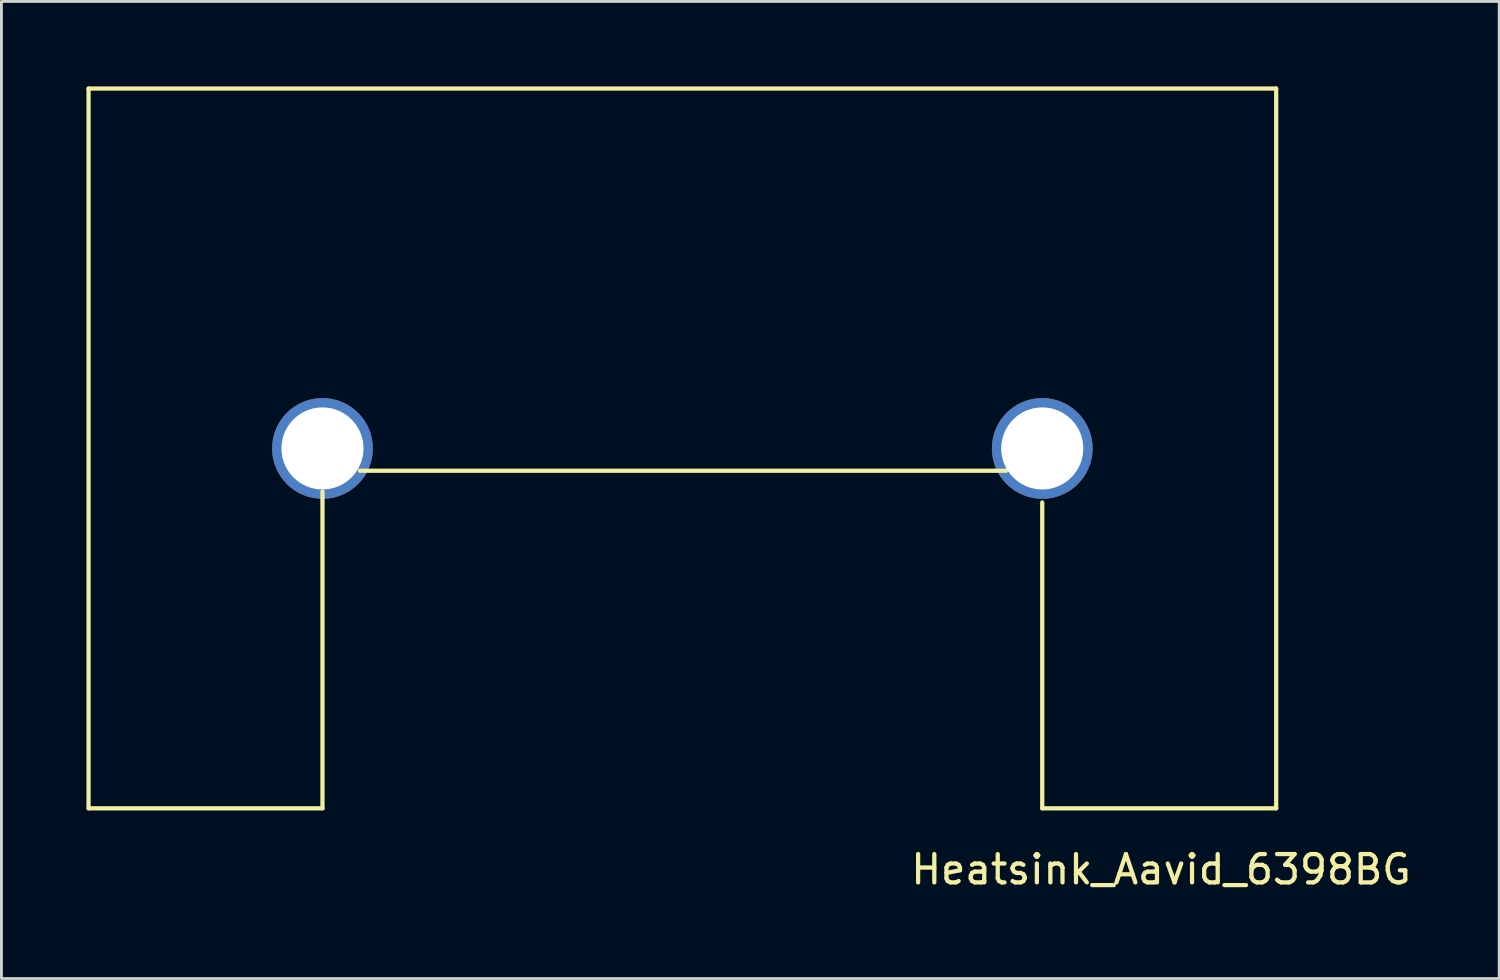
<source format=kicad_pcb>
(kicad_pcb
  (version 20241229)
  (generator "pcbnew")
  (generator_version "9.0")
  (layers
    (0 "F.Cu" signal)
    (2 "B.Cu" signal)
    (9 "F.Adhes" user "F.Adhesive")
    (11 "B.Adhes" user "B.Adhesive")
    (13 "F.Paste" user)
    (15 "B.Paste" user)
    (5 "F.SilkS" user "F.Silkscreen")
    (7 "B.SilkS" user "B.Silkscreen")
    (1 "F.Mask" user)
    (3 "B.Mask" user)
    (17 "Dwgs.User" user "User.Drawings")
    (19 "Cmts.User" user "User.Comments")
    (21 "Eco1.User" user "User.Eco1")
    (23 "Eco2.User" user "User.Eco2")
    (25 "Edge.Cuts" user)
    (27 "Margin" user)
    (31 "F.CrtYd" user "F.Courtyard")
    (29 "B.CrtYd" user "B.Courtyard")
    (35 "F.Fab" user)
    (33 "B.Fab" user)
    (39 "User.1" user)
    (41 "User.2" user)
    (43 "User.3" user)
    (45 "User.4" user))
  (footprint "Heatsink_Aavid_6398BG"
    (layer "F.Cu")
    (at 21.03 12.775)
    (property "Reference" "Heatsink_Aavid_6398BG" (at 16.891 14.859 0) (layer "F.SilkS") (effects (font (size 1 1) (thickness 0.15))))
    (attr through_hole)
    (fp_line (start -20.955 -12.7) (end 20.955 -12.7) (stroke (width 0.15) (type solid)) (layer "F.SilkS"))
    (fp_line (start -20.955 12.7) (end -20.955 -12.7) (stroke (width 0.15) (type solid)) (layer "F.SilkS"))
    (fp_line (start -12.7 1.524) (end -12.7 12.7) (stroke (width 0.15) (type solid)) (layer "F.SilkS"))
    (fp_line (start -12.7 12.7) (end -20.955 12.7) (stroke (width 0.15) (type solid)) (layer "F.SilkS"))
    (fp_line (start 11.43 0.787) (end -11.379 0.787) (stroke (width 0.15) (type solid)) (layer "F.SilkS"))
    (fp_line (start 12.7 12.7) (end 12.7 1.905) (stroke (width 0.15) (type solid)) (layer "F.SilkS"))
    (fp_line (start 20.955 -12.7) (end 20.955 12.7) (stroke (width 0.15) (type solid)) (layer "F.SilkS"))
    (fp_line (start 20.955 12.7) (end 12.7 12.7) (stroke (width 0.15) (type solid)) (layer "F.SilkS"))
    (pad "1" thru_hole circle (at -12.7 0) (size 3.556 3.556) (drill 2.896) (layers "*.Cu" "*.Mask"))
    (pad "2" thru_hole circle (at 12.7 0) (size 3.556 3.556) (drill 2.896) (layers "*.Cu" "*.Mask")))
  (gr_rect
    (start -3 -3)
    (end 49.856 31.482)
    (stroke (width 0.1) (type default))
    (fill no)
    (layer "Edge.Cuts")))
</source>
